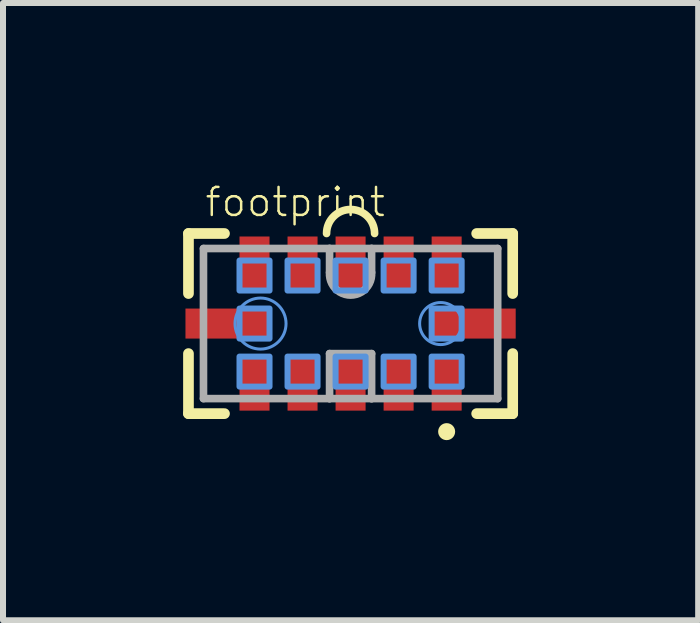
<source format=kicad_pcb>
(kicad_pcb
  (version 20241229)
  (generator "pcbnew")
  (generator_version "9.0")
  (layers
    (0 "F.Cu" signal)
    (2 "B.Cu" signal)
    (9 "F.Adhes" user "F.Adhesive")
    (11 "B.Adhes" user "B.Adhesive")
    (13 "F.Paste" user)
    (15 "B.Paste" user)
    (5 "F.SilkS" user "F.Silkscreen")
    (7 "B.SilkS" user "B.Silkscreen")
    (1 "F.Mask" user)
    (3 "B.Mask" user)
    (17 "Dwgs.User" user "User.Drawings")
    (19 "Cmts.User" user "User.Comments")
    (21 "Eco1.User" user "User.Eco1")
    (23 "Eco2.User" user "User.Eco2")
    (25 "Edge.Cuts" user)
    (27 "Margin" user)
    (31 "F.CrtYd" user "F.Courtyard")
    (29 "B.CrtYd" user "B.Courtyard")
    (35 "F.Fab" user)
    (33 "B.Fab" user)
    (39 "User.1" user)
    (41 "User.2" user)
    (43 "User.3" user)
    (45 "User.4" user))
  (footprint "footprint"
    (layer "F.Cu")
    (at 2.789 2.339)
    (property "Reference" "footprint" (at -2.45 -1.75 0) (layer "F.SilkS") (effects (font (size 0.467 0.467) (thickness 0.041)) (justify left bottom)))
    (fp_line (start -2.7 -1.5) (end -2.1 -1.5) (stroke (width 0.178) (type solid)) (layer "F.SilkS"))
    (fp_line (start -2.7 -0.5) (end -2.7 -1.5) (stroke (width 0.178) (type solid)) (layer "F.SilkS"))
    (fp_line (start -2.7 1.5) (end -2.7 0.5) (stroke (width 0.178) (type solid)) (layer "F.SilkS"))
    (fp_line (start -2.1 1.5) (end -2.7 1.5) (stroke (width 0.178) (type solid)) (layer "F.SilkS"))
    (fp_line (start 2.1 -1.5) (end 2.7 -1.5) (stroke (width 0.178) (type solid)) (layer "F.SilkS"))
    (fp_line (start 2.7 -1.5) (end 2.7 -0.5) (stroke (width 0.178) (type solid)) (layer "F.SilkS"))
    (fp_line (start 2.7 0.5) (end 2.7 1.5) (stroke (width 0.178) (type solid)) (layer "F.SilkS"))
    (fp_line (start 2.7 1.5) (end 2.1 1.5) (stroke (width 0.178) (type solid)) (layer "F.SilkS"))
    (fp_arc (start -0.4 -1.5) (mid 0 -1.9) (end 0.4 -1.5) (stroke (width 0.127) (type solid)) (layer "F.SilkS"))
    (fp_circle (center 1.6 1.8) (end 1.671 1.8) (stroke (width 0.141) (type solid)) (fill yes) (layer "F.SilkS"))
    (fp_poly (pts (xy -1.95 -0.25) (xy -1.95 0.25) (xy -1.35 0.25) (xy -1.35 -0.25)) (stroke (width 0) (type solid)) (fill yes) (layer "F.Paste"))
    (fp_poly (pts (xy -1.85 1.15) (xy -1.35 1.15) (xy -1.35 0.55) (xy -1.85 0.55)) (stroke (width 0) (type solid)) (fill yes) (layer "F.Paste"))
    (fp_poly (pts (xy -1.35 -1.15) (xy -1.85 -1.15) (xy -1.85 -0.55) (xy -1.35 -0.55)) (stroke (width 0) (type solid)) (fill yes) (layer "F.Paste"))
    (fp_poly (pts (xy -1.05 1.15) (xy -0.55 1.15) (xy -0.55 0.55) (xy -1.05 0.55)) (stroke (width 0) (type solid)) (fill yes) (layer "F.Paste"))
    (fp_poly (pts (xy -0.55 -1.15) (xy -1.05 -1.15) (xy -1.05 -0.55) (xy -0.55 -0.55)) (stroke (width 0) (type solid)) (fill yes) (layer "F.Paste"))
    (fp_poly (pts (xy -0.25 1.15) (xy 0.25 1.15) (xy 0.25 0.55) (xy -0.25 0.55)) (stroke (width 0) (type solid)) (fill yes) (layer "F.Paste"))
    (fp_poly (pts (xy 0.25 -1.15) (xy -0.25 -1.15) (xy -0.25 -0.55) (xy 0.25 -0.55)) (stroke (width 0) (type solid)) (fill yes) (layer "F.Paste"))
    (fp_poly (pts (xy 0.55 1.15) (xy 1.05 1.15) (xy 1.05 0.55) (xy 0.55 0.55)) (stroke (width 0) (type solid)) (fill yes) (layer "F.Paste"))
    (fp_poly (pts (xy 1.05 -1.15) (xy 0.55 -1.15) (xy 0.55 -0.55) (xy 1.05 -0.55)) (stroke (width 0) (type solid)) (fill yes) (layer "F.Paste"))
    (fp_poly (pts (xy 1.35 1.15) (xy 1.85 1.15) (xy 1.85 0.55) (xy 1.35 0.55)) (stroke (width 0) (type solid)) (fill yes) (layer "F.Paste"))
    (fp_poly (pts (xy 1.85 -1.15) (xy 1.35 -1.15) (xy 1.35 -0.55) (xy 1.85 -0.55)) (stroke (width 0) (type solid)) (fill yes) (layer "F.Paste"))
    (fp_poly (pts (xy 1.95 0.25) (xy 1.95 -0.25) (xy 1.35 -0.25) (xy 1.35 0.25)) (stroke (width 0) (type solid)) (fill yes) (layer "F.Paste"))
    (fp_circle (center -1.5 0) (end -1.075 0) (stroke (width 0.05) (type solid)) (fill no) (layer "Cmts.User"))
    (fp_circle (center 1.5 0) (end 1.85 0) (stroke (width 0.05) (type solid)) (fill no) (layer "Cmts.User"))
    (fp_poly (pts (xy -1.85 -0.55) (xy -1.35 -0.55) (xy -1.35 -1.05) (xy -1.85 -1.05)) (stroke (width 0.1) (type solid)) (fill no) (layer "Cmts.User"))
    (fp_poly (pts (xy -1.85 0.25) (xy -1.35 0.25) (xy -1.35 -0.25) (xy -1.85 -0.25)) (stroke (width 0.1) (type solid)) (fill no) (layer "Cmts.User"))
    (fp_poly (pts (xy -1.85 1.05) (xy -1.35 1.05) (xy -1.35 0.55) (xy -1.85 0.55)) (stroke (width 0.1) (type solid)) (fill no) (layer "Cmts.User"))
    (fp_poly (pts (xy -1.05 -0.55) (xy -0.55 -0.55) (xy -0.55 -1.05) (xy -1.05 -1.05)) (stroke (width 0.1) (type solid)) (fill no) (layer "Cmts.User"))
    (fp_poly (pts (xy -1.05 1.05) (xy -0.55 1.05) (xy -0.55 0.55) (xy -1.05 0.55)) (stroke (width 0.1) (type solid)) (fill no) (layer "Cmts.User"))
    (fp_poly (pts (xy -0.25 -0.55) (xy 0.25 -0.55) (xy 0.25 -1.05) (xy -0.25 -1.05)) (stroke (width 0.1) (type solid)) (fill no) (layer "Cmts.User"))
    (fp_poly (pts (xy -0.25 1.05) (xy 0.25 1.05) (xy 0.25 0.55) (xy -0.25 0.55)) (stroke (width 0.1) (type solid)) (fill no) (layer "Cmts.User"))
    (fp_poly (pts (xy 0.55 -0.55) (xy 1.05 -0.55) (xy 1.05 -1.05) (xy 0.55 -1.05)) (stroke (width 0.1) (type solid)) (fill no) (layer "Cmts.User"))
    (fp_poly (pts (xy 0.55 1.05) (xy 1.05 1.05) (xy 1.05 0.55) (xy 0.55 0.55)) (stroke (width 0.1) (type solid)) (fill no) (layer "Cmts.User"))
    (fp_poly (pts (xy 1.35 -0.55) (xy 1.85 -0.55) (xy 1.85 -1.05) (xy 1.35 -1.05)) (stroke (width 0.1) (type solid)) (fill no) (layer "Cmts.User"))
    (fp_poly (pts (xy 1.35 0.25) (xy 1.85 0.25) (xy 1.85 -0.25) (xy 1.35 -0.25)) (stroke (width 0.1) (type solid)) (fill no) (layer "Cmts.User"))
    (fp_poly (pts (xy 1.35 1.05) (xy 1.85 1.05) (xy 1.85 0.55) (xy 1.35 0.55)) (stroke (width 0.1) (type solid)) (fill no) (layer "Cmts.User"))
    (fp_line (start -2.45 -1.25) (end -0.35 -1.25) (stroke (width 0.127) (type solid)) (layer "F.Fab"))
    (fp_line (start -2.45 1.25) (end -2.45 -1.25) (stroke (width 0.127) (type solid)) (layer "F.Fab"))
    (fp_line (start -0.35 -1.25) (end 0.35 -1.25) (stroke (width 0.127) (type solid)) (layer "F.Fab"))
    (fp_line (start -0.35 -0.85) (end -0.35 -1.25) (stroke (width 0.127) (type solid)) (layer "F.Fab"))
    (fp_line (start -0.35 0.5) (end -0.35 1.25) (stroke (width 0.127) (type solid)) (layer "F.Fab"))
    (fp_line (start -0.35 1.25) (end -2.45 1.25) (stroke (width 0.127) (type solid)) (layer "F.Fab"))
    (fp_line (start 0.35 -1.25) (end 2.45 -1.25) (stroke (width 0.127) (type solid)) (layer "F.Fab"))
    (fp_line (start 0.35 -0.85) (end 0.35 -1.25) (stroke (width 0.127) (type solid)) (layer "F.Fab"))
    (fp_line (start 0.35 0.5) (end -0.35 0.5) (stroke (width 0.127) (type solid)) (layer "F.Fab"))
    (fp_line (start 0.35 1.25) (end -0.35 1.25) (stroke (width 0.127) (type solid)) (layer "F.Fab"))
    (fp_line (start 0.35 1.25) (end 0.35 0.5) (stroke (width 0.127) (type solid)) (layer "F.Fab"))
    (fp_line (start 2.45 -1.25) (end 2.45 1.25) (stroke (width 0.127) (type solid)) (layer "F.Fab"))
    (fp_line (start 2.45 1.25) (end 0.35 1.25) (stroke (width 0.127) (type solid)) (layer "F.Fab"))
    (fp_arc (start 0.35 -0.85) (mid 0.000001 -0.474107) (end -0.35 -0.849998) (stroke (width 0.127) (type solid)) (layer "F.Fab"))
    (pad "1" smd rect (at 1.6 1 90) (size 0.9 0.5) (layers "F.Cu" "F.Mask"))
    (pad "2" smd rect (at 0.8 1 90) (size 0.9 0.5) (layers "F.Cu" "F.Mask"))
    (pad "3" smd rect (at 0 1 90) (size 0.9 0.5) (layers "F.Cu" "F.Mask"))
    (pad "4" smd rect (at -0.8 1 90) (size 0.9 0.5) (layers "F.Cu" "F.Mask"))
    (pad "5" smd rect (at -1.6 1 90) (size 0.9 0.5) (layers "F.Cu" "F.Mask"))
    (pad "6" smd rect (at -2.05 0 180) (size 1.4 0.5) (layers "F.Cu" "F.Mask"))
    (pad "7" smd rect (at -1.6 -1 270) (size 0.9 0.5) (layers "F.Cu" "F.Mask"))
    (pad "8" smd rect (at -0.8 -1 270) (size 0.9 0.5) (layers "F.Cu" "F.Mask"))
    (pad "9" smd rect (at 0 -1 270) (size 0.9 0.5) (layers "F.Cu" "F.Mask"))
    (pad "10" smd rect (at 0.8 -1 270) (size 0.9 0.5) (layers "F.Cu" "F.Mask"))
    (pad "11" smd rect (at 1.6 -1 270) (size 0.9 0.5) (layers "F.Cu" "F.Mask"))
    (pad "12" smd rect (at 2.05 0) (size 1.4 0.5) (layers "F.Cu" "F.Mask")))
  (gr_rect
    (start -3 -3)
    (end 8.578 7.281)
    (stroke (width 0.1) (type default))
    (fill no)
    (layer "Edge.Cuts")))
</source>
